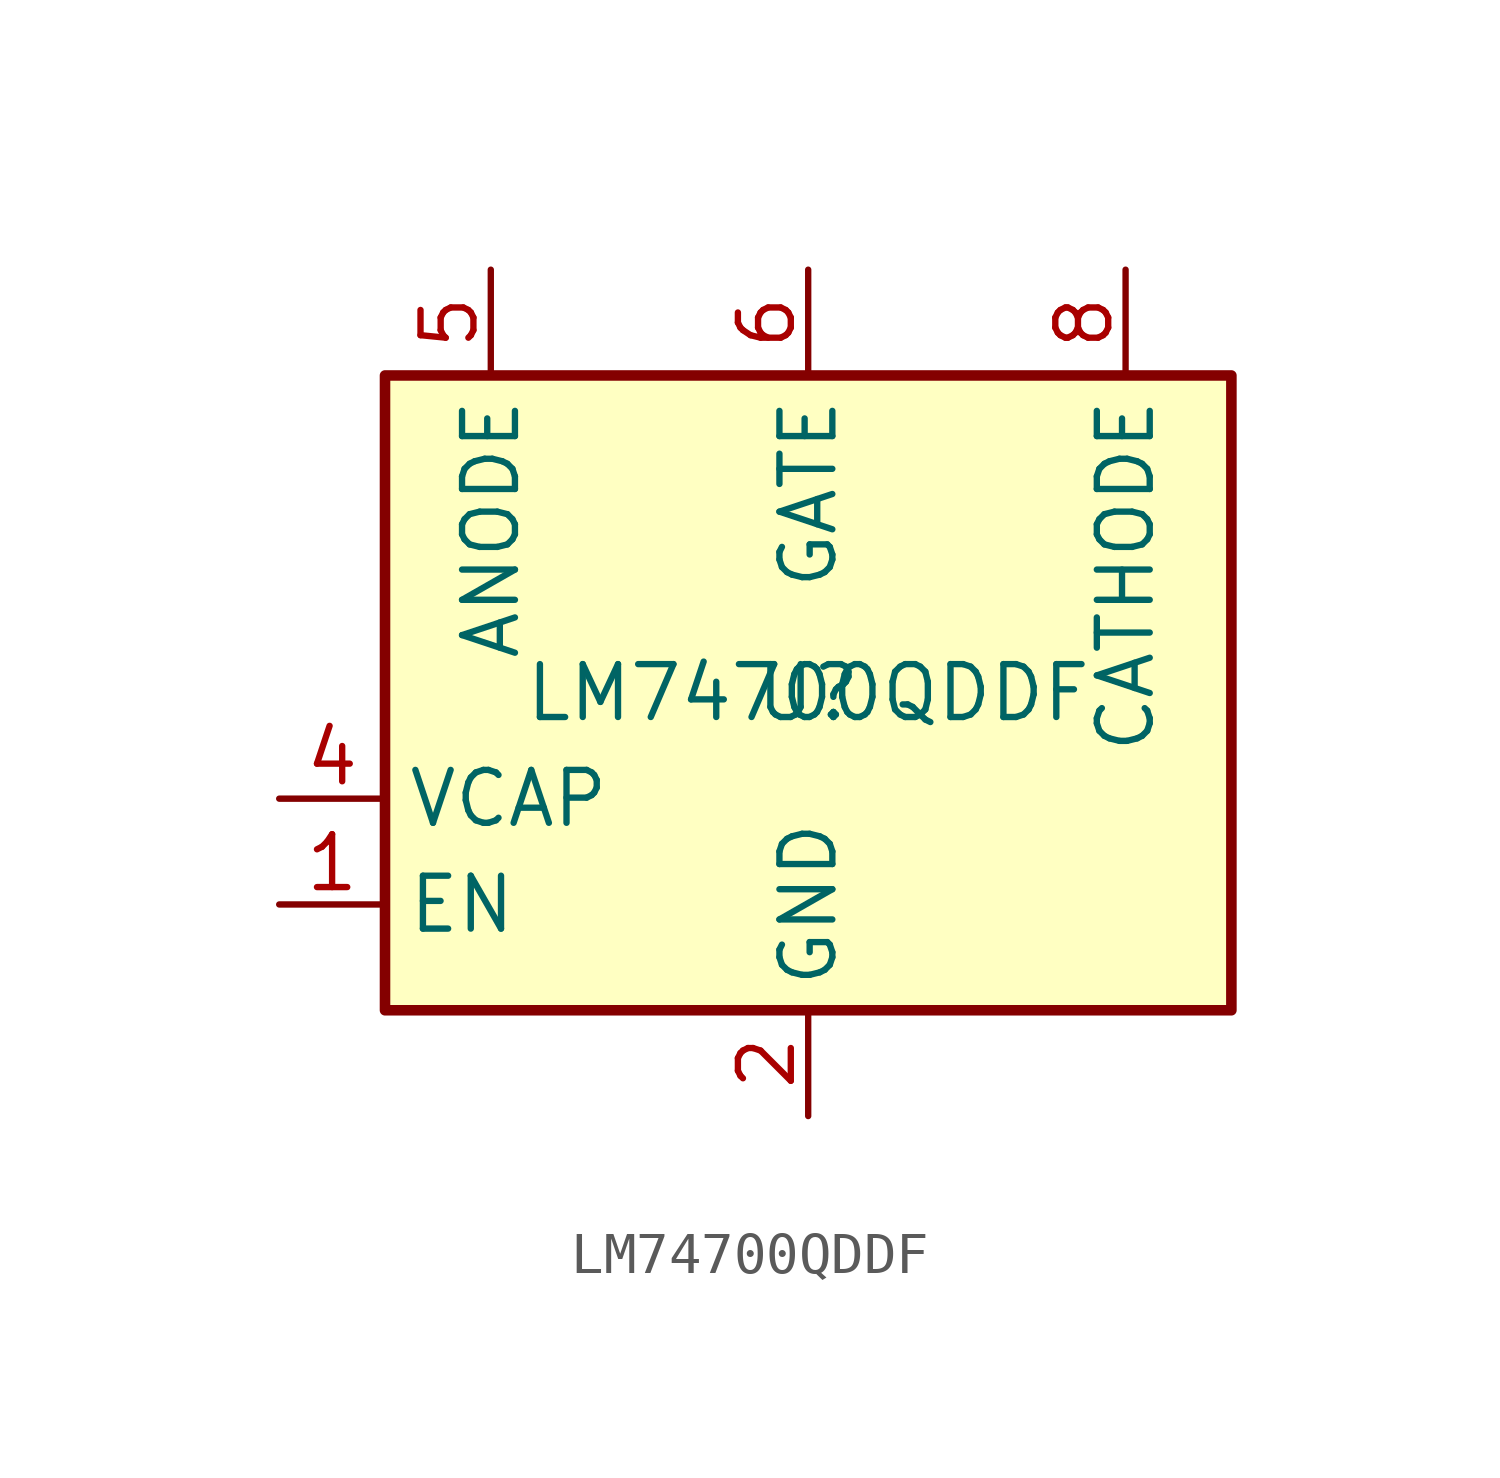
<source format=kicad_sym>
(kicad_symbol_lib
  (version 20231120)
  (generator "kicad_symbol_editor")
  (generator_version "8.0")
  (symbol "LM74700QDDF"
    (property "Reference" "U"
      (at 0 0 0)
      (effects (font (size 1.27 1.27))))
    (property "Value" "LM74700QDDF"
      (at 0 0 0)
      (effects (font (size 1.27 1.27))))
    (symbol "LM74700QDDF_0_1"
      (rectangle (start -10.16 7.62) (end 10.16 -7.62) (stroke (width 0.254) (type default)) (fill (type background))))
    (symbol "LM74700QDDF_1_1"
      (pin input line (at -12.7 -5.08 0) (length 2.54) (name "EN" (effects (font (size 1.27 1.27)))) (number "1" (effects (font (size 1.27 1.27)))))
      (pin power_in line (at 0 -10.16 90) (length 2.54) (name "GND" (effects (font (size 1.27 1.27)))) (number "2" (effects (font (size 1.27 1.27)))))
      (pin passive line (at -12.7 -2.54 0) (length 2.54) (name "VCAP" (effects (font (size 1.27 1.27)))) (number "4" (effects (font (size 1.27 1.27)))))
      (pin power_in line (at -7.62 10.16 270) (length 2.54) (name "ANODE" (effects (font (size 1.27 1.27)))) (number "5" (effects (font (size 1.27 1.27)))))
      (pin output line (at 0 10.16 270) (length 2.54) (name "GATE" (effects (font (size 1.27 1.27)))) (number "6" (effects (font (size 1.27 1.27)))))
      (pin input line (at 7.62 10.16 270) (length 2.54) (name "CATHODE" (effects (font (size 1.27 1.27)))) (number "8" (effects (font (size 1.27 1.27))))))))
</source>
